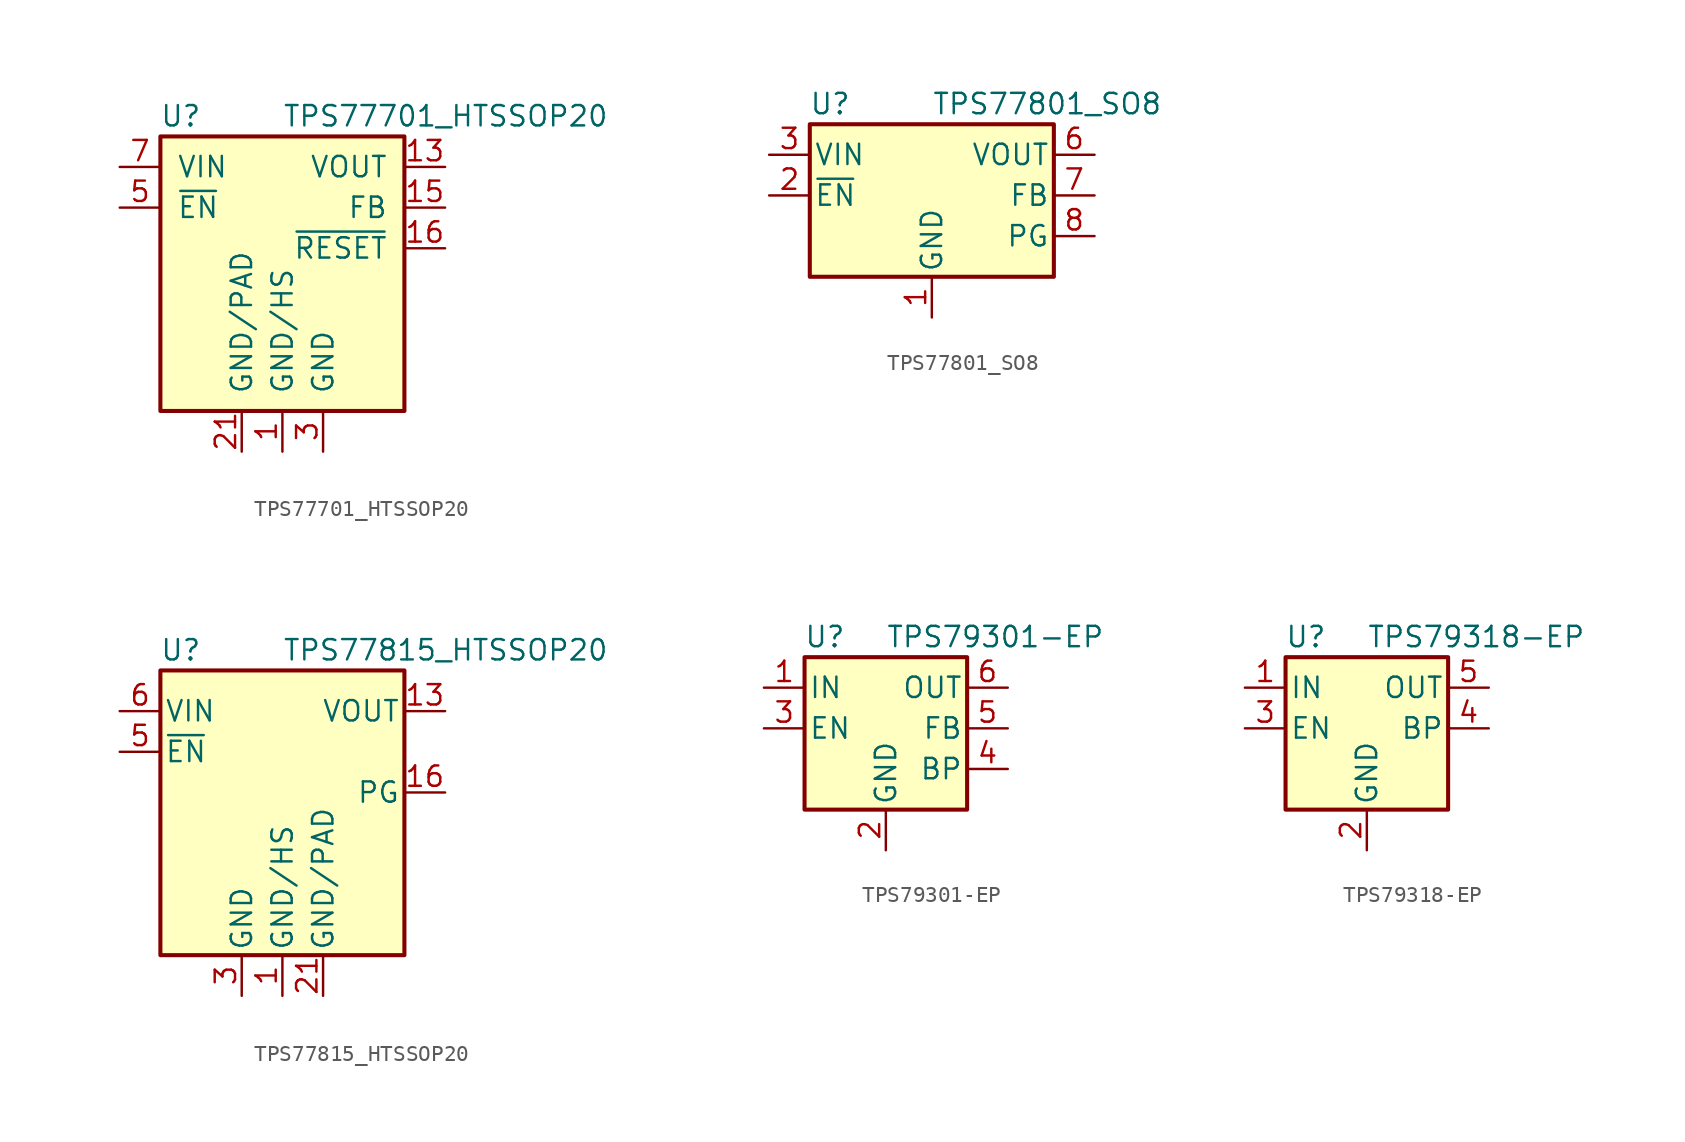
<source format=kicad_sym>
(kicad_symbol_lib
  (version 20211014)
  (generator kicad_symbol_editor)
  (symbol "TPS77701_HTSSOP20"
    (pin_names
      (offset 1.016))
    (property "Reference" "U"
      (at -6.35 5.715 0)
      (effects (font (size 1.27 1.27))))
    (property "Value" "TPS77701_HTSSOP20"
      (at 0 5.715 0)
      (effects (font (size 1.27 1.27)) (justify left)))
    (symbol "TPS77701_HTSSOP20_0_1"
      (rectangle (start -7.62 4.445) (end 7.62 -12.7) (stroke (width 0.254) (type default) (color 0 0 0 0)) (fill (type background))))
    (symbol "TPS77701_HTSSOP20_1_1"
      (pin power_in line (at 0 -15.24 90) (length 2.54) (name "GND/HS" (effects (font (size 1.27 1.27)))) (number "1" (effects (font (size 1.27 1.27)))))
      (pin passive line (at 0 -15.24 90) (length 2.54) hide (name "GND/HS" (effects (font (size 1.27 1.27)))) (number "10" (effects (font (size 1.27 1.27)))))
      (pin passive line (at 0 -15.24 90) (length 2.54) hide (name "GND/HS" (effects (font (size 1.27 1.27)))) (number "11" (effects (font (size 1.27 1.27)))))
      (pin passive line (at 0 -15.24 90) (length 2.54) hide (name "GND/HS" (effects (font (size 1.27 1.27)))) (number "12" (effects (font (size 1.27 1.27)))))
      (pin power_out line (at 10.16 2.54 180) (length 2.54) (name "VOUT" (effects (font (size 1.27 1.27)))) (number "13" (effects (font (size 1.27 1.27)))))
      (pin passive line (at 10.16 2.54 180) (length 2.54) hide (name "VOUT" (effects (font (size 1.27 1.27)))) (number "14" (effects (font (size 1.27 1.27)))))
      (pin passive line (at 10.16 0 180) (length 2.54) (name "FB" (effects (font (size 1.27 1.27)))) (number "15" (effects (font (size 1.27 1.27)))))
      (pin open_collector line (at 10.16 -2.54 180) (length 2.54) (name "~{RESET}" (effects (font (size 1.27 1.27)))) (number "16" (effects (font (size 1.27 1.27)))))
      (pin no_connect line (at 10.16 -5.08 180) (length 2.54) hide (name "NC" (effects (font (size 1.27 1.27)))) (number "17" (effects (font (size 1.27 1.27)))))
      (pin no_connect line (at 10.16 -7.62 180) (length 2.54) hide (name "NC" (effects (font (size 1.27 1.27)))) (number "18" (effects (font (size 1.27 1.27)))))
      (pin passive line (at 0 -15.24 90) (length 2.54) hide (name "GND/HS" (effects (font (size 1.27 1.27)))) (number "19" (effects (font (size 1.27 1.27)))))
      (pin passive line (at 0 -15.24 90) (length 2.54) hide (name "GND/HS" (effects (font (size 1.27 1.27)))) (number "2" (effects (font (size 1.27 1.27)))))
      (pin passive line (at 0 -15.24 90) (length 2.54) hide (name "GND/HS" (effects (font (size 1.27 1.27)))) (number "20" (effects (font (size 1.27 1.27)))))
      (pin power_in line (at -2.54 -15.24 90) (length 2.54) (name "GND/PAD" (effects (font (size 1.27 1.27)))) (number "21" (effects (font (size 1.27 1.27)))))
      (pin power_in line (at 2.54 -15.24 90) (length 2.54) (name "GND" (effects (font (size 1.27 1.27)))) (number "3" (effects (font (size 1.27 1.27)))))
      (pin no_connect line (at -10.16 -2.54 0) (length 2.54) hide (name "NC" (effects (font (size 1.27 1.27)))) (number "4" (effects (font (size 1.27 1.27)))))
      (pin input line (at -10.16 0 0) (length 2.54) (name "~{EN}" (effects (font (size 1.27 1.27)))) (number "5" (effects (font (size 1.27 1.27)))))
      (pin passive line (at -10.16 2.54 0) (length 2.54) hide (name "VIN" (effects (font (size 1.27 1.27)))) (number "6" (effects (font (size 1.27 1.27)))))
      (pin power_in line (at -10.16 2.54 0) (length 2.54) (name "VIN" (effects (font (size 1.27 1.27)))) (number "7" (effects (font (size 1.27 1.27)))))
      (pin no_connect line (at -10.16 -5.08 0) (length 2.54) hide (name "NC" (effects (font (size 1.27 1.27)))) (number "8" (effects (font (size 1.27 1.27)))))
      (pin passive line (at 0 -15.24 90) (length 2.54) hide (name "GND/HS" (effects (font (size 1.27 1.27)))) (number "9" (effects (font (size 1.27 1.27)))))))
  (symbol "TPS77801_SO8"
    (pin_names
      (offset 0.254))
    (property "Reference" "U"
      (at -6.35 5.715 0)
      (effects (font (size 1.27 1.27))))
    (property "Value" "TPS77801_SO8"
      (at 0 5.715 0)
      (effects (font (size 1.27 1.27)) (justify left)))
    (symbol "TPS77801_SO8_0_1"
      (rectangle (start -7.62 4.445) (end 7.62 -5.08) (stroke (width 0.254) (type default) (color 0 0 0 0)) (fill (type background))))
    (symbol "TPS77801_SO8_1_1"
      (pin power_in line (at 0 -7.62 90) (length 2.54) (name "GND" (effects (font (size 1.27 1.27)))) (number "1" (effects (font (size 1.27 1.27)))))
      (pin input line (at -10.16 0 0) (length 2.54) (name "~{EN}" (effects (font (size 1.27 1.27)))) (number "2" (effects (font (size 1.27 1.27)))))
      (pin power_in line (at -10.16 2.54 0) (length 2.54) (name "VIN" (effects (font (size 1.27 1.27)))) (number "3" (effects (font (size 1.27 1.27)))))
      (pin passive line (at -10.16 2.54 0) (length 2.54) hide (name "VIN" (effects (font (size 1.27 1.27)))) (number "4" (effects (font (size 1.27 1.27)))))
      (pin passive line (at 10.16 2.54 180) (length 2.54) hide (name "VOUT" (effects (font (size 1.27 1.27)))) (number "5" (effects (font (size 1.27 1.27)))))
      (pin power_out line (at 10.16 2.54 180) (length 2.54) (name "VOUT" (effects (font (size 1.27 1.27)))) (number "6" (effects (font (size 1.27 1.27)))))
      (pin passive line (at 10.16 0 180) (length 2.54) (name "FB" (effects (font (size 1.27 1.27)))) (number "7" (effects (font (size 1.27 1.27)))))
      (pin open_collector line (at 10.16 -2.54 180) (length 2.54) (name "PG" (effects (font (size 1.27 1.27)))) (number "8" (effects (font (size 1.27 1.27)))))))
  (symbol "TPS77815_HTSSOP20"
    (pin_names
      (offset 0.254))
    (property "Reference" "U"
      (at -6.35 8.89 0)
      (effects (font (size 1.27 1.27))))
    (property "Value" "TPS77815_HTSSOP20"
      (at 0 8.89 0)
      (effects (font (size 1.27 1.27)) (justify left)))
    (symbol "TPS77815_HTSSOP20_0_1"
      (rectangle (start -7.62 7.62) (end 7.62 -10.16) (stroke (width 0.254) (type default) (color 0 0 0 0)) (fill (type background))))
    (symbol "TPS77815_HTSSOP20_1_1"
      (pin power_in line (at 0 -12.7 90) (length 2.54) (name "GND/HS" (effects (font (size 1.27 1.27)))) (number "1" (effects (font (size 1.27 1.27)))))
      (pin passive line (at 0 -12.7 90) (length 2.54) hide (name "GND/HS" (effects (font (size 1.27 1.27)))) (number "10" (effects (font (size 1.27 1.27)))))
      (pin passive line (at 0 -12.7 90) (length 2.54) hide (name "GND/HS" (effects (font (size 1.27 1.27)))) (number "11" (effects (font (size 1.27 1.27)))))
      (pin passive line (at 0 -12.7 90) (length 2.54) hide (name "GND/HS" (effects (font (size 1.27 1.27)))) (number "12" (effects (font (size 1.27 1.27)))))
      (pin power_out line (at 10.16 5.08 180) (length 2.54) (name "VOUT" (effects (font (size 1.27 1.27)))) (number "13" (effects (font (size 1.27 1.27)))))
      (pin passive line (at 10.16 5.08 180) (length 2.54) hide (name "VOUT" (effects (font (size 1.27 1.27)))) (number "14" (effects (font (size 1.27 1.27)))))
      (pin no_connect line (at 10.16 2.54 180) (length 2.54) hide (name "NC" (effects (font (size 1.27 1.27)))) (number "15" (effects (font (size 1.27 1.27)))))
      (pin open_collector line (at 10.16 0 180) (length 2.54) (name "PG" (effects (font (size 1.27 1.27)))) (number "16" (effects (font (size 1.27 1.27)))))
      (pin no_connect line (at 10.16 -2.54 180) (length 2.54) hide (name "NC" (effects (font (size 1.27 1.27)))) (number "17" (effects (font (size 1.27 1.27)))))
      (pin no_connect line (at 10.16 -5.08 180) (length 2.54) hide (name "NC" (effects (font (size 1.27 1.27)))) (number "18" (effects (font (size 1.27 1.27)))))
      (pin passive line (at 0 -12.7 90) (length 2.54) hide (name "GND/HS" (effects (font (size 1.27 1.27)))) (number "19" (effects (font (size 1.27 1.27)))))
      (pin passive line (at 0 -12.7 90) (length 2.54) hide (name "GND/HS" (effects (font (size 1.27 1.27)))) (number "2" (effects (font (size 1.27 1.27)))))
      (pin passive line (at 0 -12.7 90) (length 2.54) hide (name "GND/HS" (effects (font (size 1.27 1.27)))) (number "20" (effects (font (size 1.27 1.27)))))
      (pin power_in line (at 2.54 -12.7 90) (length 2.54) (name "GND/PAD" (effects (font (size 1.27 1.27)))) (number "21" (effects (font (size 1.27 1.27)))))
      (pin power_in line (at -2.54 -12.7 90) (length 2.54) (name "GND" (effects (font (size 1.27 1.27)))) (number "3" (effects (font (size 1.27 1.27)))))
      (pin no_connect line (at -10.16 0 0) (length 2.54) hide (name "NC" (effects (font (size 1.27 1.27)))) (number "4" (effects (font (size 1.27 1.27)))))
      (pin input line (at -10.16 2.54 0) (length 2.54) (name "~{EN}" (effects (font (size 1.27 1.27)))) (number "5" (effects (font (size 1.27 1.27)))))
      (pin power_in line (at -10.16 5.08 0) (length 2.54) (name "VIN" (effects (font (size 1.27 1.27)))) (number "6" (effects (font (size 1.27 1.27)))))
      (pin passive line (at -10.16 5.08 0) (length 2.54) hide (name "VIN" (effects (font (size 1.27 1.27)))) (number "7" (effects (font (size 1.27 1.27)))))
      (pin no_connect line (at -10.16 -2.54 0) (length 2.54) hide (name "NC" (effects (font (size 1.27 1.27)))) (number "8" (effects (font (size 1.27 1.27)))))
      (pin passive line (at 0 -12.7 90) (length 2.54) hide (name "GND/HS" (effects (font (size 1.27 1.27)))) (number "9" (effects (font (size 1.27 1.27)))))))
  (symbol "TPS79301-EP"
    (pin_names
      (offset 0.254))
    (property "Reference" "U"
      (at -3.81 5.715 0)
      (effects (font (size 1.27 1.27))))
    (property "Value" "TPS79301-EP"
      (at 0 5.715 0)
      (effects (font (size 1.27 1.27)) (justify left)))
    (symbol "TPS79301-EP_1_1"
      (rectangle (start 5.08 -5.08) (end -5.08 4.445) (stroke (width 0.254) (type default) (color 0 0 0 0)) (fill (type background)))
      (pin power_in line (at -7.62 2.54 0) (length 2.54) (name "IN" (effects (font (size 1.27 1.27)))) (number "1" (effects (font (size 1.27 1.27)))))
      (pin power_in line (at 0 -7.62 90) (length 2.54) (name "GND" (effects (font (size 1.27 1.27)))) (number "2" (effects (font (size 1.27 1.27)))))
      (pin input line (at -7.62 0 0) (length 2.54) (name "EN" (effects (font (size 1.27 1.27)))) (number "3" (effects (font (size 1.27 1.27)))))
      (pin passive line (at 7.62 -2.54 180) (length 2.54) (name "BP" (effects (font (size 1.27 1.27)))) (number "4" (effects (font (size 1.27 1.27)))))
      (pin input line (at 7.62 0 180) (length 2.54) (name "FB" (effects (font (size 1.27 1.27)))) (number "5" (effects (font (size 1.27 1.27)))))
      (pin power_out line (at 7.62 2.54 180) (length 2.54) (name "OUT" (effects (font (size 1.27 1.27)))) (number "6" (effects (font (size 1.27 1.27)))))))
  (symbol "TPS79318-EP"
    (pin_names
      (offset 0.254))
    (property "Reference" "U"
      (at -3.81 5.715 0)
      (effects (font (size 1.27 1.27))))
    (property "Value" "TPS79318-EP"
      (at 0 5.715 0)
      (effects (font (size 1.27 1.27)) (justify left)))
    (symbol "TPS79318-EP_1_1"
      (rectangle (start 5.08 -5.08) (end -5.08 4.445) (stroke (width 0.254) (type default) (color 0 0 0 0)) (fill (type background)))
      (pin power_in line (at -7.62 2.54 0) (length 2.54) (name "IN" (effects (font (size 1.27 1.27)))) (number "1" (effects (font (size 1.27 1.27)))))
      (pin power_in line (at 0 -7.62 90) (length 2.54) (name "GND" (effects (font (size 1.27 1.27)))) (number "2" (effects (font (size 1.27 1.27)))))
      (pin input line (at -7.62 0 0) (length 2.54) (name "EN" (effects (font (size 1.27 1.27)))) (number "3" (effects (font (size 1.27 1.27)))))
      (pin bidirectional line (at 7.62 0 180) (length 2.54) (name "BP" (effects (font (size 1.27 1.27)))) (number "4" (effects (font (size 1.27 1.27)))))
      (pin power_out line (at 7.62 2.54 180) (length 2.54) (name "OUT" (effects (font (size 1.27 1.27)))) (number "5" (effects (font (size 1.27 1.27))))))))
</source>
